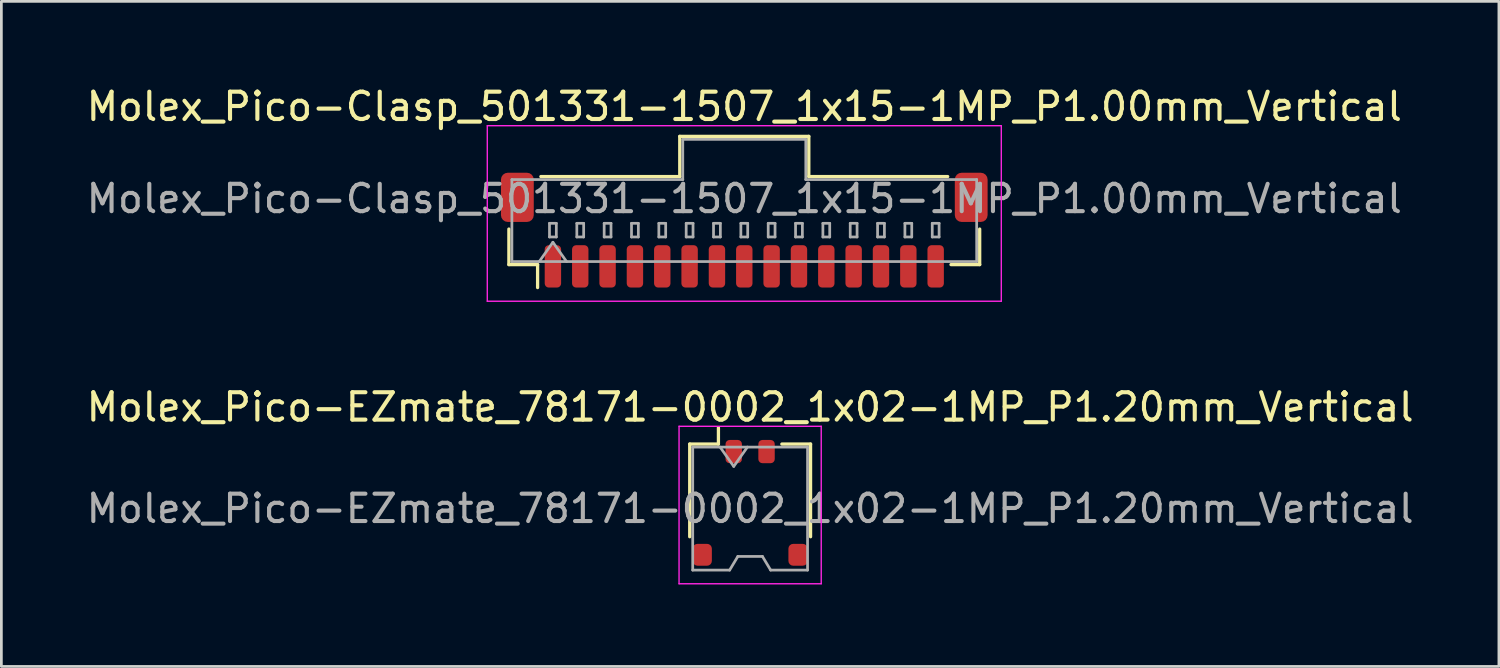
<source format=kicad_pcb>
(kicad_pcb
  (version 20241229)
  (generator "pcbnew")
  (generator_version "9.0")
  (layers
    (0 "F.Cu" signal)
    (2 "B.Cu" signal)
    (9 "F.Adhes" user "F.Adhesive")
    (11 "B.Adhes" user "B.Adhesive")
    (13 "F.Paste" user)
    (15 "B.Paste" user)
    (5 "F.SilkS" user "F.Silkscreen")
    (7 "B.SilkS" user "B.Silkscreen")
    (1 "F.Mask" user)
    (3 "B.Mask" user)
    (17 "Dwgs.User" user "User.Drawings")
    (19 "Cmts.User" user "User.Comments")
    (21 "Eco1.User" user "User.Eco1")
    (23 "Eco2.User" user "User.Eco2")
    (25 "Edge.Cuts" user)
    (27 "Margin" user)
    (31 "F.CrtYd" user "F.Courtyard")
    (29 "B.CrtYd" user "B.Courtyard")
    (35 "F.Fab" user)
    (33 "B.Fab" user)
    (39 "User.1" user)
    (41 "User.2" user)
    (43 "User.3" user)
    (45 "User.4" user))
  (footprint "Molex_Pico-Clasp_501331-1507_1x15-1MP_P1.00mm_Vertical"
    (layer "F.Cu")
    (at 24.173 5.368)
    (property "Reference" "Molex_Pico-Clasp_501331-1507_1x15-1MP_P1.00mm_Vertical" (at 0 -4.52 0) (layer "F.SilkS") (effects (font (size 1 1) (thickness 0.15))))
    (attr smd)
    (fp_line (start -8.61 -0.04) (end -8.61 1.26) (stroke (width 0.12) (type solid)) (layer "F.SilkS"))
    (fp_line (start -8.61 1.26) (end -7.56 1.26) (stroke (width 0.12) (type solid)) (layer "F.SilkS"))
    (fp_line (start -7.56 1.26) (end -7.56 2.1) (stroke (width 0.12) (type solid)) (layer "F.SilkS"))
    (fp_line (start -7.44 -1.96) (end -2.36 -1.96) (stroke (width 0.12) (type solid)) (layer "F.SilkS"))
    (fp_line (start -2.36 -3.43) (end 2.36 -3.43) (stroke (width 0.12) (type solid)) (layer "F.SilkS"))
    (fp_line (start -2.36 -1.96) (end -2.36 -3.43) (stroke (width 0.12) (type solid)) (layer "F.SilkS"))
    (fp_line (start 2.36 -3.43) (end 2.36 -1.96) (stroke (width 0.12) (type solid)) (layer "F.SilkS"))
    (fp_line (start 2.36 -1.96) (end 7.44 -1.96) (stroke (width 0.12) (type solid)) (layer "F.SilkS"))
    (fp_line (start 8.61 -0.04) (end 8.61 1.26) (stroke (width 0.12) (type solid)) (layer "F.SilkS"))
    (fp_line (start 8.61 1.26) (end 7.56 1.26) (stroke (width 0.12) (type solid)) (layer "F.SilkS"))
    (fp_line (start -9.4 -3.82) (end -9.4 2.6) (stroke (width 0.05) (type solid)) (layer "F.CrtYd"))
    (fp_line (start -9.4 2.6) (end 9.4 2.6) (stroke (width 0.05) (type solid)) (layer "F.CrtYd"))
    (fp_line (start 9.4 -3.82) (end -9.4 -3.82) (stroke (width 0.05) (type solid)) (layer "F.CrtYd"))
    (fp_line (start 9.4 2.6) (end 9.4 -3.82) (stroke (width 0.05) (type solid)) (layer "F.CrtYd"))
    (fp_line (start -8.5 -1.85) (end -2.25 -1.85) (stroke (width 0.1) (type solid)) (layer "F.Fab"))
    (fp_line (start -8.5 1.15) (end -8.5 -1.85) (stroke (width 0.1) (type solid)) (layer "F.Fab"))
    (fp_line (start -8.5 1.15) (end 8.5 1.15) (stroke (width 0.1) (type solid)) (layer "F.Fab"))
    (fp_line (start -7.5 1.15) (end -7 0.443) (stroke (width 0.1) (type solid)) (layer "F.Fab"))
    (fp_line (start -7.125 -0.25) (end -7.125 0.25) (stroke (width 0.1) (type solid)) (layer "F.Fab"))
    (fp_line (start -7.125 0.25) (end -6.875 0.25) (stroke (width 0.1) (type solid)) (layer "F.Fab"))
    (fp_line (start -7 0.443) (end -6.5 1.15) (stroke (width 0.1) (type solid)) (layer "F.Fab"))
    (fp_line (start -6.875 -0.25) (end -7.125 -0.25) (stroke (width 0.1) (type solid)) (layer "F.Fab"))
    (fp_line (start -6.875 0.25) (end -6.875 -0.25) (stroke (width 0.1) (type solid)) (layer "F.Fab"))
    (fp_line (start -6.125 -0.25) (end -6.125 0.25) (stroke (width 0.1) (type solid)) (layer "F.Fab"))
    (fp_line (start -6.125 0.25) (end -5.875 0.25) (stroke (width 0.1) (type solid)) (layer "F.Fab"))
    (fp_line (start -5.875 -0.25) (end -6.125 -0.25) (stroke (width 0.1) (type solid)) (layer "F.Fab"))
    (fp_line (start -5.875 0.25) (end -5.875 -0.25) (stroke (width 0.1) (type solid)) (layer "F.Fab"))
    (fp_line (start -5.125 -0.25) (end -5.125 0.25) (stroke (width 0.1) (type solid)) (layer "F.Fab"))
    (fp_line (start -5.125 0.25) (end -4.875 0.25) (stroke (width 0.1) (type solid)) (layer "F.Fab"))
    (fp_line (start -4.875 -0.25) (end -5.125 -0.25) (stroke (width 0.1) (type solid)) (layer "F.Fab"))
    (fp_line (start -4.875 0.25) (end -4.875 -0.25) (stroke (width 0.1) (type solid)) (layer "F.Fab"))
    (fp_line (start -4.125 -0.25) (end -4.125 0.25) (stroke (width 0.1) (type solid)) (layer "F.Fab"))
    (fp_line (start -4.125 0.25) (end -3.875 0.25) (stroke (width 0.1) (type solid)) (layer "F.Fab"))
    (fp_line (start -3.875 -0.25) (end -4.125 -0.25) (stroke (width 0.1) (type solid)) (layer "F.Fab"))
    (fp_line (start -3.875 0.25) (end -3.875 -0.25) (stroke (width 0.1) (type solid)) (layer "F.Fab"))
    (fp_line (start -3.125 -0.25) (end -3.125 0.25) (stroke (width 0.1) (type solid)) (layer "F.Fab"))
    (fp_line (start -3.125 0.25) (end -2.875 0.25) (stroke (width 0.1) (type solid)) (layer "F.Fab"))
    (fp_line (start -2.875 -0.25) (end -3.125 -0.25) (stroke (width 0.1) (type solid)) (layer "F.Fab"))
    (fp_line (start -2.875 0.25) (end -2.875 -0.25) (stroke (width 0.1) (type solid)) (layer "F.Fab"))
    (fp_line (start -2.25 -3.32) (end 2.25 -3.32) (stroke (width 0.1) (type solid)) (layer "F.Fab"))
    (fp_line (start -2.25 -1.85) (end -2.25 -3.32) (stroke (width 0.1) (type solid)) (layer "F.Fab"))
    (fp_line (start -2.125 -0.25) (end -2.125 0.25) (stroke (width 0.1) (type solid)) (layer "F.Fab"))
    (fp_line (start -2.125 0.25) (end -1.875 0.25) (stroke (width 0.1) (type solid)) (layer "F.Fab"))
    (fp_line (start -1.875 -0.25) (end -2.125 -0.25) (stroke (width 0.1) (type solid)) (layer "F.Fab"))
    (fp_line (start -1.875 0.25) (end -1.875 -0.25) (stroke (width 0.1) (type solid)) (layer "F.Fab"))
    (fp_line (start -1.125 -0.25) (end -1.125 0.25) (stroke (width 0.1) (type solid)) (layer "F.Fab"))
    (fp_line (start -1.125 0.25) (end -0.875 0.25) (stroke (width 0.1) (type solid)) (layer "F.Fab"))
    (fp_line (start -0.875 -0.25) (end -1.125 -0.25) (stroke (width 0.1) (type solid)) (layer "F.Fab"))
    (fp_line (start -0.875 0.25) (end -0.875 -0.25) (stroke (width 0.1) (type solid)) (layer "F.Fab"))
    (fp_line (start -0.125 -0.25) (end -0.125 0.25) (stroke (width 0.1) (type solid)) (layer "F.Fab"))
    (fp_line (start -0.125 0.25) (end 0.125 0.25) (stroke (width 0.1) (type solid)) (layer "F.Fab"))
    (fp_line (start 0.125 -0.25) (end -0.125 -0.25) (stroke (width 0.1) (type solid)) (layer "F.Fab"))
    (fp_line (start 0.125 0.25) (end 0.125 -0.25) (stroke (width 0.1) (type solid)) (layer "F.Fab"))
    (fp_line (start 0.875 -0.25) (end 0.875 0.25) (stroke (width 0.1) (type solid)) (layer "F.Fab"))
    (fp_line (start 0.875 0.25) (end 1.125 0.25) (stroke (width 0.1) (type solid)) (layer "F.Fab"))
    (fp_line (start 1.125 -0.25) (end 0.875 -0.25) (stroke (width 0.1) (type solid)) (layer "F.Fab"))
    (fp_line (start 1.125 0.25) (end 1.125 -0.25) (stroke (width 0.1) (type solid)) (layer "F.Fab"))
    (fp_line (start 1.875 -0.25) (end 1.875 0.25) (stroke (width 0.1) (type solid)) (layer "F.Fab"))
    (fp_line (start 1.875 0.25) (end 2.125 0.25) (stroke (width 0.1) (type solid)) (layer "F.Fab"))
    (fp_line (start 2.125 -0.25) (end 1.875 -0.25) (stroke (width 0.1) (type solid)) (layer "F.Fab"))
    (fp_line (start 2.125 0.25) (end 2.125 -0.25) (stroke (width 0.1) (type solid)) (layer "F.Fab"))
    (fp_line (start 2.25 -3.32) (end 2.25 -1.85) (stroke (width 0.1) (type solid)) (layer "F.Fab"))
    (fp_line (start 2.25 -1.85) (end 8.5 -1.85) (stroke (width 0.1) (type solid)) (layer "F.Fab"))
    (fp_line (start 2.875 -0.25) (end 2.875 0.25) (stroke (width 0.1) (type solid)) (layer "F.Fab"))
    (fp_line (start 2.875 0.25) (end 3.125 0.25) (stroke (width 0.1) (type solid)) (layer "F.Fab"))
    (fp_line (start 3.125 -0.25) (end 2.875 -0.25) (stroke (width 0.1) (type solid)) (layer "F.Fab"))
    (fp_line (start 3.125 0.25) (end 3.125 -0.25) (stroke (width 0.1) (type solid)) (layer "F.Fab"))
    (fp_line (start 3.875 -0.25) (end 3.875 0.25) (stroke (width 0.1) (type solid)) (layer "F.Fab"))
    (fp_line (start 3.875 0.25) (end 4.125 0.25) (stroke (width 0.1) (type solid)) (layer "F.Fab"))
    (fp_line (start 4.125 -0.25) (end 3.875 -0.25) (stroke (width 0.1) (type solid)) (layer "F.Fab"))
    (fp_line (start 4.125 0.25) (end 4.125 -0.25) (stroke (width 0.1) (type solid)) (layer "F.Fab"))
    (fp_line (start 4.875 -0.25) (end 4.875 0.25) (stroke (width 0.1) (type solid)) (layer "F.Fab"))
    (fp_line (start 4.875 0.25) (end 5.125 0.25) (stroke (width 0.1) (type solid)) (layer "F.Fab"))
    (fp_line (start 5.125 -0.25) (end 4.875 -0.25) (stroke (width 0.1) (type solid)) (layer "F.Fab"))
    (fp_line (start 5.125 0.25) (end 5.125 -0.25) (stroke (width 0.1) (type solid)) (layer "F.Fab"))
    (fp_line (start 5.875 -0.25) (end 5.875 0.25) (stroke (width 0.1) (type solid)) (layer "F.Fab"))
    (fp_line (start 5.875 0.25) (end 6.125 0.25) (stroke (width 0.1) (type solid)) (layer "F.Fab"))
    (fp_line (start 6.125 -0.25) (end 5.875 -0.25) (stroke (width 0.1) (type solid)) (layer "F.Fab"))
    (fp_line (start 6.125 0.25) (end 6.125 -0.25) (stroke (width 0.1) (type solid)) (layer "F.Fab"))
    (fp_line (start 6.875 -0.25) (end 6.875 0.25) (stroke (width 0.1) (type solid)) (layer "F.Fab"))
    (fp_line (start 6.875 0.25) (end 7.125 0.25) (stroke (width 0.1) (type solid)) (layer "F.Fab"))
    (fp_line (start 7.125 -0.25) (end 6.875 -0.25) (stroke (width 0.1) (type solid)) (layer "F.Fab"))
    (fp_line (start 7.125 0.25) (end 7.125 -0.25) (stroke (width 0.1) (type solid)) (layer "F.Fab"))
    (fp_line (start 8.5 1.15) (end 8.5 -1.85) (stroke (width 0.1) (type solid)) (layer "F.Fab"))
    (fp_text user "${REFERENCE}" (at 0 -1.15 0) (layer "F.Fab") (effects (font (size 1 1) (thickness 0.15))))
    (pad "1" smd roundrect (at -7 1.325) (size 0.6 1.55) (layers "F.Cu" "F.Mask" "F.Paste") (roundrect_rratio 0.25))
    (pad "2" smd roundrect (at -6 1.325) (size 0.6 1.55) (layers "F.Cu" "F.Mask" "F.Paste") (roundrect_rratio 0.25))
    (pad "3" smd roundrect (at -5 1.325) (size 0.6 1.55) (layers "F.Cu" "F.Mask" "F.Paste") (roundrect_rratio 0.25))
    (pad "4" smd roundrect (at -4 1.325) (size 0.6 1.55) (layers "F.Cu" "F.Mask" "F.Paste") (roundrect_rratio 0.25))
    (pad "5" smd roundrect (at -3 1.325) (size 0.6 1.55) (layers "F.Cu" "F.Mask" "F.Paste") (roundrect_rratio 0.25))
    (pad "6" smd roundrect (at -2 1.325) (size 0.6 1.55) (layers "F.Cu" "F.Mask" "F.Paste") (roundrect_rratio 0.25))
    (pad "7" smd roundrect (at -1 1.325) (size 0.6 1.55) (layers "F.Cu" "F.Mask" "F.Paste") (roundrect_rratio 0.25))
    (pad "8" smd roundrect (at 0 1.325) (size 0.6 1.55) (layers "F.Cu" "F.Mask" "F.Paste") (roundrect_rratio 0.25))
    (pad "9" smd roundrect (at 1 1.325) (size 0.6 1.55) (layers "F.Cu" "F.Mask" "F.Paste") (roundrect_rratio 0.25))
    (pad "10" smd roundrect (at 2 1.325) (size 0.6 1.55) (layers "F.Cu" "F.Mask" "F.Paste") (roundrect_rratio 0.25))
    (pad "11" smd roundrect (at 3 1.325) (size 0.6 1.55) (layers "F.Cu" "F.Mask" "F.Paste") (roundrect_rratio 0.25))
    (pad "12" smd roundrect (at 4 1.325) (size 0.6 1.55) (layers "F.Cu" "F.Mask" "F.Paste") (roundrect_rratio 0.25))
    (pad "13" smd roundrect (at 5 1.325) (size 0.6 1.55) (layers "F.Cu" "F.Mask" "F.Paste") (roundrect_rratio 0.25))
    (pad "14" smd roundrect (at 6 1.325) (size 0.6 1.55) (layers "F.Cu" "F.Mask" "F.Paste") (roundrect_rratio 0.25))
    (pad "15" smd roundrect (at 7 1.325) (size 0.6 1.55) (layers "F.Cu" "F.Mask" "F.Paste") (roundrect_rratio 0.25))
    (pad "MP" smd roundrect (at -8.3 -1.2) (size 1.2 1.8) (layers "F.Cu" "F.Mask" "F.Paste") (roundrect_rratio 0.208))
    (pad "MP" smd roundrect (at 8.3 -1.2) (size 1.2 1.8) (layers "F.Cu" "F.Mask" "F.Paste") (roundrect_rratio 0.208)))
  (footprint "Molex_Pico-EZmate_78171-0002_1x02-1MP_P1.20mm_Vertical"
    (layer "F.Cu")
    (at 24.387 15.552)
    (property "Reference" "Molex_Pico-EZmate_78171-0002_1x02-1MP_P1.20mm_Vertical" (at 0 -3.71 0) (layer "F.SilkS") (effects (font (size 1 1) (thickness 0.15))))
    (attr smd)
    (fp_line (start -2.21 -2.36) (end -1.16 -2.36) (stroke (width 0.12) (type solid)) (layer "F.SilkS"))
    (fp_line (start -2.21 1.03) (end -2.21 -2.36) (stroke (width 0.12) (type solid)) (layer "F.SilkS"))
    (fp_line (start -1.16 -2.36) (end -1.16 -2.96) (stroke (width 0.12) (type solid)) (layer "F.SilkS"))
    (fp_line (start 2.21 -2.36) (end 1.16 -2.36) (stroke (width 0.12) (type solid)) (layer "F.SilkS"))
    (fp_line (start 2.21 1.03) (end 2.21 -2.36) (stroke (width 0.12) (type solid)) (layer "F.SilkS"))
    (fp_line (start -2.6 -3.01) (end -2.6 2.75) (stroke (width 0.05) (type solid)) (layer "F.CrtYd"))
    (fp_line (start -2.6 2.75) (end 2.6 2.75) (stroke (width 0.05) (type solid)) (layer "F.CrtYd"))
    (fp_line (start 2.6 -3.01) (end -2.6 -3.01) (stroke (width 0.05) (type solid)) (layer "F.CrtYd"))
    (fp_line (start 2.6 2.75) (end 2.6 -3.01) (stroke (width 0.05) (type solid)) (layer "F.CrtYd"))
    (fp_line (start -2.1 -2.25) (end -2.1 2.25) (stroke (width 0.1) (type solid)) (layer "F.Fab"))
    (fp_line (start -2.1 -2.25) (end 2.1 -2.25) (stroke (width 0.1) (type solid)) (layer "F.Fab"))
    (fp_line (start -2.1 2.25) (end -0.75 2.25) (stroke (width 0.1) (type solid)) (layer "F.Fab"))
    (fp_line (start -1.1 -2.25) (end -0.6 -1.543) (stroke (width 0.1) (type solid)) (layer "F.Fab"))
    (fp_line (start -0.75 2.25) (end -0.45 1.75) (stroke (width 0.1) (type solid)) (layer "F.Fab"))
    (fp_line (start -0.6 -1.543) (end -0.1 -2.25) (stroke (width 0.1) (type solid)) (layer "F.Fab"))
    (fp_line (start -0.45 1.75) (end 0.45 1.75) (stroke (width 0.1) (type solid)) (layer "F.Fab"))
    (fp_line (start 0.45 1.75) (end 0.75 2.25) (stroke (width 0.1) (type solid)) (layer "F.Fab"))
    (fp_line (start 0.75 2.25) (end 2.1 2.25) (stroke (width 0.1) (type solid)) (layer "F.Fab"))
    (fp_line (start 2.1 -2.25) (end 2.1 2.25) (stroke (width 0.1) (type solid)) (layer "F.Fab"))
    (fp_text user "${REFERENCE}" (at 0 0 0) (layer "F.Fab") (effects (font (size 1 1) (thickness 0.15))))
    (pad "1" smd roundrect (at -0.6 -2.085) (size 0.6 0.85) (layers "F.Cu" "F.Mask" "F.Paste") (roundrect_rratio 0.25))
    (pad "2" smd roundrect (at 0.6 -2.085) (size 0.6 0.85) (layers "F.Cu" "F.Mask" "F.Paste") (roundrect_rratio 0.25))
    (pad "MP" smd roundrect (at -1.75 1.69) (size 0.7 0.8) (layers "F.Cu" "F.Mask" "F.Paste") (roundrect_rratio 0.25))
    (pad "MP" smd roundrect (at 1.75 1.69) (size 0.7 0.8) (layers "F.Cu" "F.Mask" "F.Paste") (roundrect_rratio 0.25)))
  (gr_rect
    (start -3 -3)
    (end 51.774 21.326)
    (stroke (width 0.1) (type default))
    (fill no)
    (layer "Edge.Cuts")))
</source>
